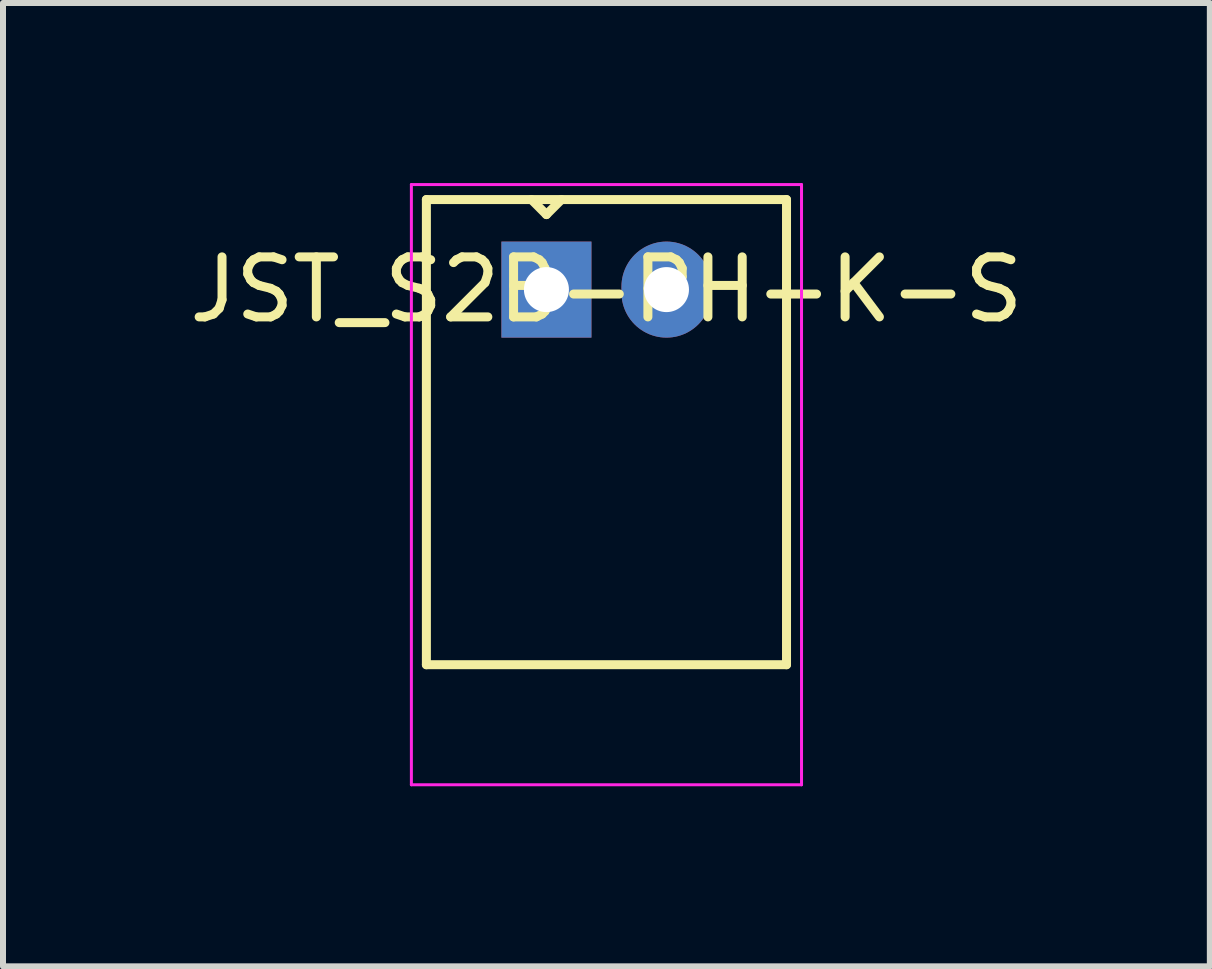
<source format=kicad_pcb>
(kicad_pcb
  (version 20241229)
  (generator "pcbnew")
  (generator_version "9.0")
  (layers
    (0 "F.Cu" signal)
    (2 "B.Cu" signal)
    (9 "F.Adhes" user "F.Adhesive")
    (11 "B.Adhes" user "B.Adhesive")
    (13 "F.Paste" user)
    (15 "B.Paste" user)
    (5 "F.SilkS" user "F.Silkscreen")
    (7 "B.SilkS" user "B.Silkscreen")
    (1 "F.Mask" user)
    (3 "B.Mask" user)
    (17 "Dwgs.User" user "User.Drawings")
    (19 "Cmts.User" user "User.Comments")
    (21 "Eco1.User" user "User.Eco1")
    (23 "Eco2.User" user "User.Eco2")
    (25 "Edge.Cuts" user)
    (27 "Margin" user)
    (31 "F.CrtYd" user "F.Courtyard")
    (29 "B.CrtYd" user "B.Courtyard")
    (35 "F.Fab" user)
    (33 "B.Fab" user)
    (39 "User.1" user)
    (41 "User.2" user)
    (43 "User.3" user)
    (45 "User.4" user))
  (footprint "JST_S2B-PH-K-S"
    (layer "F.Cu")
    (at 7.054 1.775)
    (property "Reference" "JST_S2B-PH-K-S" (at 0 0 0) (layer "F.SilkS") (effects (font (size 1 1) (thickness 0.15))))
    (attr through_hole)
    (fp_line (start -3 -1.5) (end 3 -1.5) (stroke (width 0.15) (type solid)) (layer "F.SilkS"))
    (fp_line (start -3 6.25) (end -3 -1.5) (stroke (width 0.15) (type solid)) (layer "F.SilkS"))
    (fp_line (start -1.25 -1.5) (end -1 -1.25) (stroke (width 0.15) (type solid)) (layer "F.SilkS"))
    (fp_line (start -1 -1.25) (end -0.75 -1.5) (stroke (width 0.15) (type solid)) (layer "F.SilkS"))
    (fp_line (start 3 -1.5) (end 3 6.25) (stroke (width 0.15) (type solid)) (layer "F.SilkS"))
    (fp_line (start 3 6.25) (end -3 6.25) (stroke (width 0.15) (type solid)) (layer "F.SilkS"))
    (fp_line (start -3.25 -1.75) (end 3.25 -1.75) (stroke (width 0.05) (type solid)) (layer "F.CrtYd"))
    (fp_line (start -3.25 8.25) (end -3.25 -1.75) (stroke (width 0.05) (type solid)) (layer "F.CrtYd"))
    (fp_line (start 3.25 -1.75) (end 3.25 8.25) (stroke (width 0.05) (type solid)) (layer "F.CrtYd"))
    (fp_line (start 3.25 8.25) (end -3.25 8.25) (stroke (width 0.05) (type solid)) (layer "F.CrtYd"))
    (pad "1" thru_hole rect (at -1 0) (size 1.5 1.6) (drill 0.75) (layers "*.Cu" "*.Mask"))
    (pad "2" thru_hole oval (at 1 0) (size 1.5 1.6) (drill 0.75) (layers "*.Cu" "*.Mask")))
  (gr_rect
    (start -3 -3)
    (end 17.107 13.05)
    (stroke (width 0.1) (type default))
    (fill no)
    (layer "Edge.Cuts")))
</source>
